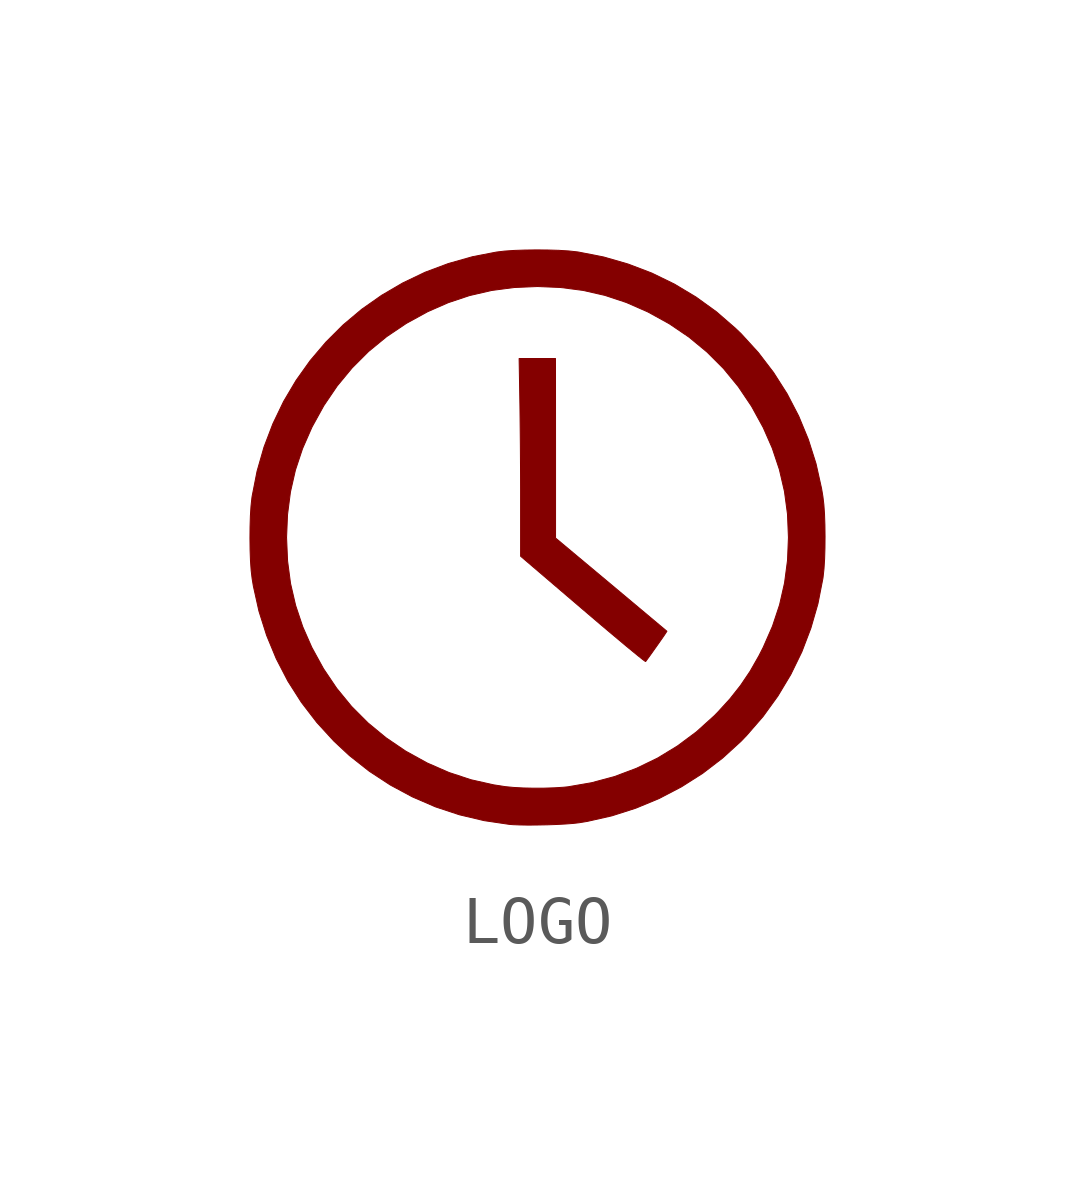
<source format=kicad_sym>
(kicad_symbol_lib
  (version 20220914)
  (generator "bitmap2component")
  (generator_version "8.0")
  (symbol "LOGO"
    (pin_names
      (offset 1.016))
    (property "Reference" "#G"
      (at 0 5.369 0)
      (effects (font (size 1.27 1.27)) hide))
    (symbol "LOGO_0_0"
      (polyline (pts (xy 0.005 -5.993) (xy 0.207 -5.989) (xy 0.404 -5.982) (xy 0.587 -5.972) (xy 0.746 -5.96) (xy 0.868 -5.946) (xy 1.038 -5.918) (xy 1.551 -5.802) (xy 2.051 -5.642) (xy 2.535 -5.441) (xy 3 -5.198) (xy 3.442 -4.917) (xy 3.858 -4.598) (xy 4.245 -4.245) (xy 4.357 -4.128) (xy 4.702 -3.731) (xy 5.01 -3.305) (xy 5.28 -2.855) (xy 5.51 -2.383) (xy 5.698 -1.89) (xy 5.845 -1.381) (xy 5.948 -0.856) (xy 5.952 -0.828) (xy 5.971 -0.654) (xy 5.984 -0.446) (xy 5.991 -0.217) (xy 5.993 0.022) (xy 5.99 0.261) (xy 5.982 0.487) (xy 5.968 0.689) (xy 5.948 0.856) (xy 5.921 1.018) (xy 5.805 1.538) (xy 5.645 2.043) (xy 5.444 2.53) (xy 5.202 2.995) (xy 4.92 3.438) (xy 4.601 3.855) (xy 4.245 4.245) (xy 4.128 4.357) (xy 3.731 4.702) (xy 3.305 5.01) (xy 2.855 5.28) (xy 2.383 5.51) (xy 1.89 5.698) (xy 1.381 5.845) (xy 0.856 5.948) (xy 0.828 5.952) (xy 0.654 5.971) (xy 0.446 5.984) (xy 0.217 5.991) (xy -0.022 5.993) (xy -0.261 5.99) (xy -0.487 5.982) (xy -0.689 5.968) (xy -0.856 5.948) (xy -1.349 5.853) (xy -1.855 5.71) (xy -2.342 5.528) (xy -2.806 5.306) (xy -3.247 5.048) (xy -3.663 4.756) (xy -4.051 4.43) (xy -4.409 4.073) (xy -4.737 3.687) (xy -5.032 3.273) (xy -5.292 2.834) (xy -5.515 2.37) (xy -5.7 1.885) (xy -5.845 1.38) (xy -5.948 0.856) (xy -5.952 0.828) (xy -5.971 0.654) (xy -5.984 0.446) (xy -5.991 0.217) (xy -5.993 0) (xy -5.23 0) (xy -5.21 0.476) (xy -5.149 0.948) (xy -5.045 1.405) (xy -4.897 1.851) (xy -4.704 2.291) (xy -4.696 2.307) (xy -4.452 2.749) (xy -4.175 3.157) (xy -3.864 3.533) (xy -3.521 3.876) (xy -3.144 4.185) (xy -2.734 4.461) (xy -2.291 4.704) (xy -1.863 4.892) (xy -1.417 5.041) (xy -0.96 5.147) (xy -0.489 5.209) (xy 0 5.23) (xy 0.476 5.21) (xy 0.948 5.149) (xy 1.405 5.045) (xy 1.851 4.897) (xy 2.291 4.704) (xy 2.307 4.696) (xy 2.749 4.452) (xy 3.157 4.175) (xy 3.533 3.864) (xy 3.876 3.521) (xy 4.185 3.144) (xy 4.461 2.734) (xy 4.704 2.291) (xy 4.892 1.863) (xy 5.041 1.417) (xy 5.147 0.96) (xy 5.21 0.489) (xy 5.23 0) (xy 5.211 -0.476) (xy 5.149 -0.948) (xy 5.045 -1.405) (xy 4.897 -1.851) (xy 4.704 -2.291) (xy 4.615 -2.466) (xy 4.431 -2.789) (xy 4.232 -3.084) (xy 4.01 -3.365) (xy 3.755 -3.644) (xy 3.682 -3.718) (xy 3.313 -4.051) (xy 2.918 -4.345) (xy 2.501 -4.599) (xy 2.061 -4.812) (xy 1.603 -4.984) (xy 1.126 -5.112) (xy 0.634 -5.197) (xy 0.544 -5.206) (xy 0.354 -5.218) (xy 0.141 -5.225) (xy -0.082 -5.226) (xy -0.3 -5.221) (xy -0.501 -5.21) (xy -0.668 -5.194) (xy -0.914 -5.156) (xy -1.386 -5.05) (xy -1.844 -4.899) (xy -2.291 -4.704) (xy -2.307 -4.696) (xy -2.749 -4.452) (xy -3.157 -4.175) (xy -3.533 -3.865) (xy -3.876 -3.521) (xy -4.185 -3.144) (xy -4.461 -2.734) (xy -4.704 -2.291) (xy -4.892 -1.863) (xy -5.041 -1.417) (xy -5.147 -0.96) (xy -5.209 -0.489) (xy -5.23 0) (xy -5.993 0) (xy -5.993 -0.022) (xy -5.99 -0.261) (xy -5.982 -0.487) (xy -5.968 -0.689) (xy -5.948 -0.856) (xy -5.922 -1.014) (xy -5.806 -1.535) (xy -5.646 -2.041) (xy -5.445 -2.527) (xy -5.203 -2.994) (xy -4.921 -3.437) (xy -4.601 -3.854) (xy -4.244 -4.244) (xy -3.921 -4.545) (xy -3.507 -4.872) (xy -3.069 -5.159) (xy -2.608 -5.407) (xy -2.127 -5.615) (xy -1.628 -5.78) (xy -1.114 -5.902) (xy -0.586 -5.98) (xy -0.511 -5.986) (xy -0.364 -5.992) (xy -0.188 -5.995) (xy 0.005 -5.993)) (stroke (width 0.01) (type default)) (fill (type outline)))
      (polyline (pts (xy 2.257 -2.582) (xy 2.283 -2.546) (xy 2.329 -2.483) (xy 2.387 -2.402) (xy 2.452 -2.31) (xy 2.518 -2.217) (xy 2.578 -2.131) (xy 2.627 -2.061) (xy 2.658 -2.015) (xy 2.697 -1.955) (xy 1.537 -0.983) (xy 0.376 -0.012) (xy 0.376 1.859) (xy 0.375 3.729) (xy -0.004 3.729) (xy -0.383 3.729) (xy -0.367 2.797) (xy -0.366 2.736) (xy -0.363 2.492) (xy -0.36 2.216) (xy -0.357 1.918) (xy -0.355 1.609) (xy -0.353 1.303) (xy -0.352 1.008) (xy -0.352 0.737) (xy -0.352 -0.391) (xy 0.943 -1.498) (xy 1.133 -1.66) (xy 1.335 -1.832) (xy 1.525 -1.992) (xy 1.699 -2.138) (xy 1.854 -2.268) (xy 1.988 -2.378) (xy 2.098 -2.468) (xy 2.18 -2.534) (xy 2.233 -2.574) (xy 2.253 -2.586) (xy 2.257 -2.582)) (stroke (width 0.01) (type default)) (fill (type outline))))))
</source>
